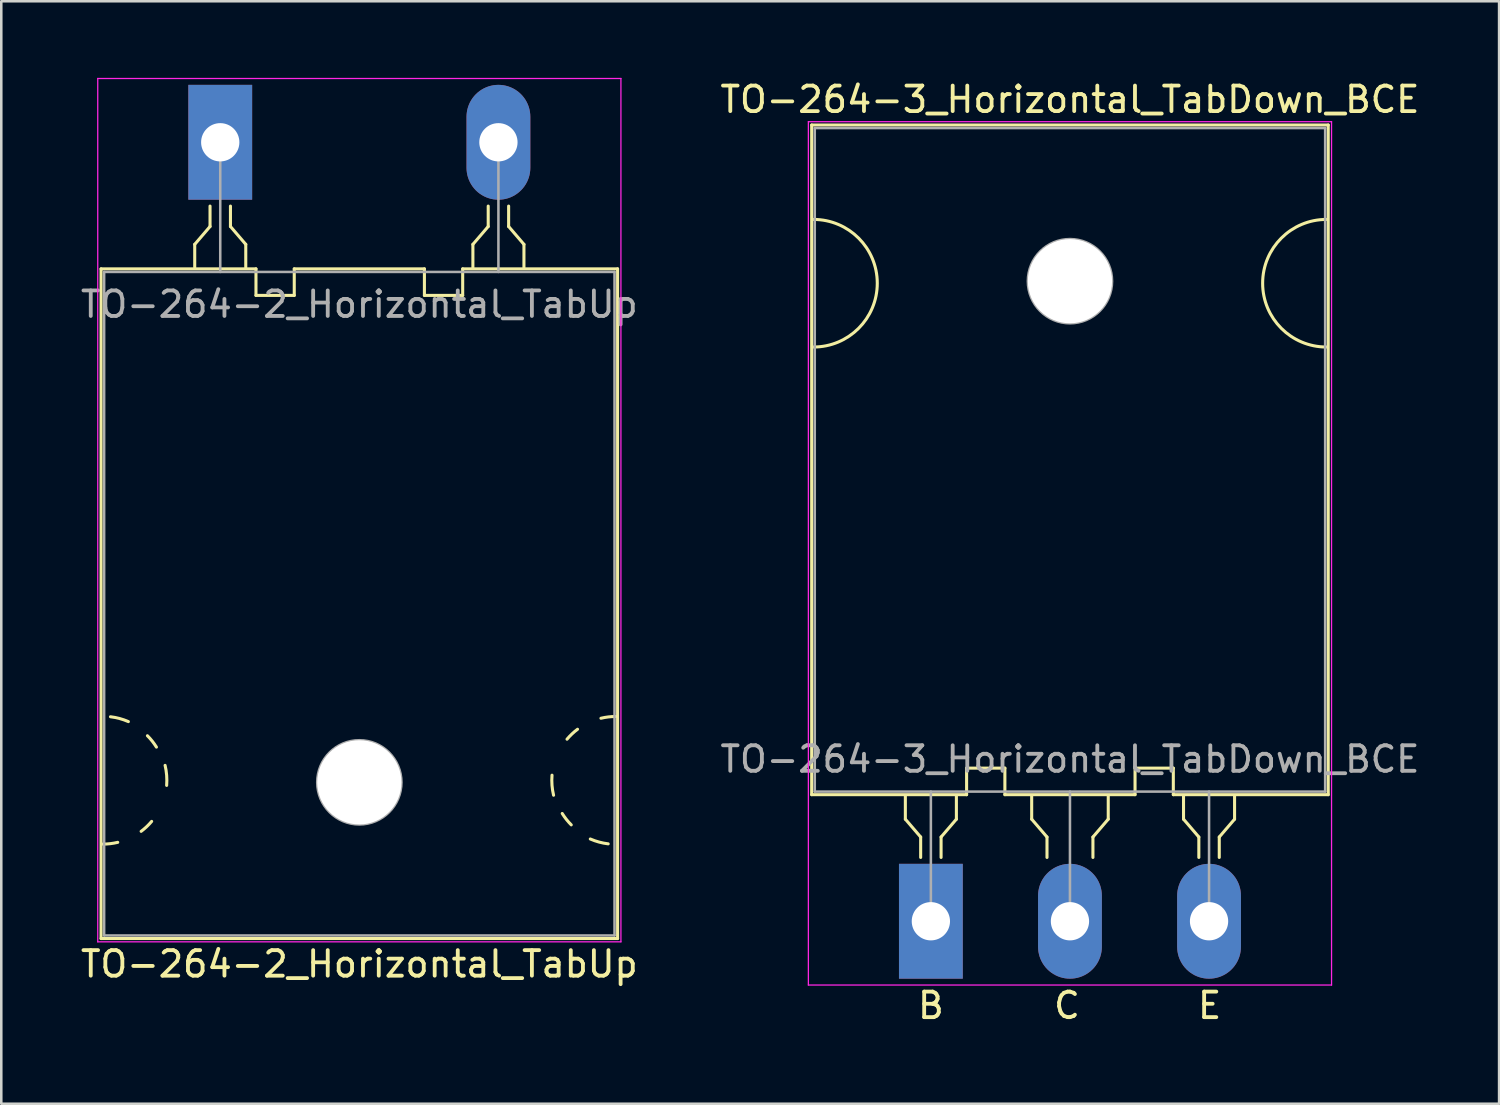
<source format=kicad_pcb>
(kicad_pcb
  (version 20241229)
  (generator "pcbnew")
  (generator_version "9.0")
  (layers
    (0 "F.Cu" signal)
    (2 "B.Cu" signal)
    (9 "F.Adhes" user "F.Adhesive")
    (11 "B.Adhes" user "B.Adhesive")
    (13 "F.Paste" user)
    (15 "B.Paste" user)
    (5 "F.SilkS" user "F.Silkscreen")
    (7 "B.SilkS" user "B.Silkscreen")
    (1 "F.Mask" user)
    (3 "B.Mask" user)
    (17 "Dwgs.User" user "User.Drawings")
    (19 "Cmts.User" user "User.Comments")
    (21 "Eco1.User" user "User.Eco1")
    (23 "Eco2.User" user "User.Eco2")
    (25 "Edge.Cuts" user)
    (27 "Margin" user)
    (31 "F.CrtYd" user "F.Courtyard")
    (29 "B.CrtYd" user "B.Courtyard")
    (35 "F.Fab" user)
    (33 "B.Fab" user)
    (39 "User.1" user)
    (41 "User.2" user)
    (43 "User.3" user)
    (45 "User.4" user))
  (footprint "TO-264-3_Horizontal_TabDown_BCE"
    (layer "F.Cu")
    (at 33.425 33.048)
    (property "Reference" "TO-264-3_Horizontal_TabDown_BCE" (at 5.45 -32.2 0) (layer "F.SilkS") (effects (font (size 1 1) (thickness 0.15))))
    (fp_line (start -4.67 -31.2) (end -4.67 -4.96) (stroke (width 0.12) (type solid)) (layer "F.SilkS"))
    (fp_line (start -4.67 -31.2) (end 15.57 -31.2) (stroke (width 0.12) (type solid)) (layer "F.SilkS"))
    (fp_line (start -4.67 -4.96) (end 1.4 -4.96) (stroke (width 0.12) (type solid)) (layer "F.SilkS"))
    (fp_line (start -1 -4.9) (end -1 -4) (stroke (width 0.12) (type solid)) (layer "F.SilkS"))
    (fp_line (start -1 -4) (end -0.4 -3.3) (stroke (width 0.12) (type solid)) (layer "F.SilkS"))
    (fp_line (start -0.4 -3.3) (end -0.4 -2.5) (stroke (width 0.12) (type solid)) (layer "F.SilkS"))
    (fp_line (start 0.4 -3.3) (end 1 -4) (stroke (width 0.12) (type solid)) (layer "F.SilkS"))
    (fp_line (start 0.4 -2.5) (end 0.4 -3.3) (stroke (width 0.12) (type solid)) (layer "F.SilkS"))
    (fp_line (start 1 -4) (end 1 -4.9) (stroke (width 0.12) (type solid)) (layer "F.SilkS"))
    (fp_line (start 1.4 -6) (end 2.9 -6) (stroke (width 0.12) (type solid)) (layer "F.SilkS"))
    (fp_line (start 1.4 -4.96) (end 1.4 -6) (stroke (width 0.12) (type solid)) (layer "F.SilkS"))
    (fp_line (start 2.9 -6) (end 2.9 -4.96) (stroke (width 0.12) (type solid)) (layer "F.SilkS"))
    (fp_line (start 2.9 -4.96) (end 8 -4.96) (stroke (width 0.12) (type solid)) (layer "F.SilkS"))
    (fp_line (start 3.95 -4.9) (end 3.95 -4) (stroke (width 0.12) (type solid)) (layer "F.SilkS"))
    (fp_line (start 3.95 -4) (end 4.55 -3.3) (stroke (width 0.12) (type solid)) (layer "F.SilkS"))
    (fp_line (start 4.55 -3.3) (end 4.55 -2.5) (stroke (width 0.12) (type solid)) (layer "F.SilkS"))
    (fp_line (start 6.35 -3.3) (end 6.95 -4) (stroke (width 0.12) (type solid)) (layer "F.SilkS"))
    (fp_line (start 6.35 -2.5) (end 6.35 -3.3) (stroke (width 0.12) (type solid)) (layer "F.SilkS"))
    (fp_line (start 6.95 -4) (end 6.95 -4.9) (stroke (width 0.12) (type solid)) (layer "F.SilkS"))
    (fp_line (start 8 -6) (end 8 -4.96) (stroke (width 0.12) (type solid)) (layer "F.SilkS"))
    (fp_line (start 9.5 -6) (end 8 -6) (stroke (width 0.12) (type solid)) (layer "F.SilkS"))
    (fp_line (start 9.5 -4.96) (end 9.5 -6) (stroke (width 0.12) (type solid)) (layer "F.SilkS"))
    (fp_line (start 9.5 -4.96) (end 15.57 -4.96) (stroke (width 0.12) (type solid)) (layer "F.SilkS"))
    (fp_line (start 9.9 -4.9) (end 9.9 -4) (stroke (width 0.12) (type solid)) (layer "F.SilkS"))
    (fp_line (start 9.9 -4) (end 10.5 -3.3) (stroke (width 0.12) (type solid)) (layer "F.SilkS"))
    (fp_line (start 10.5 -3.3) (end 10.5 -2.5) (stroke (width 0.12) (type solid)) (layer "F.SilkS"))
    (fp_line (start 11.3 -3.3) (end 11.9 -4) (stroke (width 0.12) (type solid)) (layer "F.SilkS"))
    (fp_line (start 11.3 -2.5) (end 11.3 -3.3) (stroke (width 0.12) (type solid)) (layer "F.SilkS"))
    (fp_line (start 11.9 -4) (end 11.9 -4.9) (stroke (width 0.12) (type solid)) (layer "F.SilkS"))
    (fp_line (start 15.57 -31.2) (end 15.57 -4.96) (stroke (width 0.12) (type solid)) (layer "F.SilkS"))
    (fp_arc (start -4.6 -27.5) (mid -2.1 -25) (end -4.6 -22.5) (stroke (width 0.12) (type solid)) (layer "F.SilkS"))
    (fp_arc (start 15.5 -22.5) (mid 13 -25) (end 15.5 -27.5) (stroke (width 0.12) (type solid)) (layer "F.SilkS"))
    (fp_line (start -4.8 -31.33) (end -4.8 2.5) (stroke (width 0.05) (type solid)) (layer "F.CrtYd"))
    (fp_line (start -4.8 2.5) (end 15.7 2.5) (stroke (width 0.05) (type solid)) (layer "F.CrtYd"))
    (fp_line (start 15.7 -31.33) (end -4.8 -31.33) (stroke (width 0.05) (type solid)) (layer "F.CrtYd"))
    (fp_line (start 15.7 2.5) (end 15.7 -31.33) (stroke (width 0.05) (type solid)) (layer "F.CrtYd"))
    (fp_line (start -4.55 -31.08) (end 15.45 -31.08) (stroke (width 0.1) (type solid)) (layer "F.Fab"))
    (fp_line (start -4.55 -5.08) (end -4.55 -31.08) (stroke (width 0.1) (type solid)) (layer "F.Fab"))
    (fp_line (start 0 -5.08) (end 0 0) (stroke (width 0.1) (type solid)) (layer "F.Fab"))
    (fp_line (start 5.45 -5.08) (end 5.45 0) (stroke (width 0.1) (type solid)) (layer "F.Fab"))
    (fp_line (start 10.9 -5.08) (end 10.9 0) (stroke (width 0.1) (type solid)) (layer "F.Fab"))
    (fp_line (start 15.45 -31.08) (end 15.45 -5.08) (stroke (width 0.1) (type solid)) (layer "F.Fab"))
    (fp_line (start 15.45 -5.08) (end -4.55 -5.08) (stroke (width 0.1) (type solid)) (layer "F.Fab"))
    (fp_circle (center 5.45 -25.08) (end 7.1 -25.08) (stroke (width 0.1) (type solid)) (fill no) (layer "F.Fab"))
    (fp_text user "E" (at 10.922 3.302 0) (unlocked yes) (layer "F.SilkS") (effects (font (size 1 1) (thickness 0.15))))
    (fp_text user "C" (at 5.334 3.302 0) (unlocked yes) (layer "F.SilkS") (effects (font (size 1 1) (thickness 0.15))))
    (fp_text user "B" (at 0 3.302 0) (unlocked yes) (layer "F.SilkS") (effects (font (size 1 1) (thickness 0.15))))
    (fp_text user "${REFERENCE}" (at 5.45 -6.35 0) (layer "F.Fab") (effects (font (size 1 1) (thickness 0.15))))
    (pad "" np_thru_hole oval (at 5.45 -25.08) (size 3.3 3.3) (drill 3.3) (layers "*.Cu" "*.Mask"))
    (pad "1" thru_hole rect (at 0 0) (size 2.5 4.5) (drill 1.5) (layers "*.Cu" "*.Mask"))
    (pad "2" thru_hole oval (at 5.45 0) (size 2.5 4.5) (drill 1.5) (layers "*.Cu" "*.Mask"))
    (pad "3" thru_hole oval (at 10.9 0) (size 2.5 4.5) (drill 1.5) (layers "*.Cu" "*.Mask")))
  (footprint "TO-264-2_Horizontal_TabUp"
    (layer "F.Cu")
    (at 5.58 2.525)
    (property "Reference" "TO-264-2_Horizontal_TabUp" (at 5.45 32.2 0) (layer "F.SilkS") (effects (font (size 1 1) (thickness 0.15))))
    (attr through_hole)
    (fp_line (start -4.67 31.2) (end -4.67 4.96) (stroke (width 0.12) (type solid)) (layer "F.SilkS"))
    (fp_line (start -1 4) (end -1 4.9) (stroke (width 0.12) (type solid)) (layer "F.SilkS"))
    (fp_line (start -0.4 2.5) (end -0.4 3.3) (stroke (width 0.12) (type solid)) (layer "F.SilkS"))
    (fp_line (start -0.4 3.3) (end -1 4) (stroke (width 0.12) (type solid)) (layer "F.SilkS"))
    (fp_line (start 0.4 3.3) (end 0.4 2.5) (stroke (width 0.12) (type solid)) (layer "F.SilkS"))
    (fp_line (start 1 4) (end 0.4 3.3) (stroke (width 0.12) (type solid)) (layer "F.SilkS"))
    (fp_line (start 1 4.9) (end 1 4) (stroke (width 0.12) (type solid)) (layer "F.SilkS"))
    (fp_line (start 1.4 4.96) (end -4.67 4.96) (stroke (width 0.12) (type solid)) (layer "F.SilkS"))
    (fp_line (start 1.4 4.96) (end 1.4 6) (stroke (width 0.12) (type solid)) (layer "F.SilkS"))
    (fp_line (start 1.4 6) (end 2.9 6) (stroke (width 0.12) (type solid)) (layer "F.SilkS"))
    (fp_line (start 2.9 6) (end 2.9 4.96) (stroke (width 0.12) (type solid)) (layer "F.SilkS"))
    (fp_line (start 8 4.96) (end 2.9 4.96) (stroke (width 0.12) (type solid)) (layer "F.SilkS"))
    (fp_line (start 8 6) (end 8 4.96) (stroke (width 0.12) (type solid)) (layer "F.SilkS"))
    (fp_line (start 9.5 4.96) (end 9.5 6) (stroke (width 0.12) (type solid)) (layer "F.SilkS"))
    (fp_line (start 9.5 6) (end 8 6) (stroke (width 0.12) (type solid)) (layer "F.SilkS"))
    (fp_line (start 9.9 4) (end 9.9 4.9) (stroke (width 0.12) (type solid)) (layer "F.SilkS"))
    (fp_line (start 10.5 2.5) (end 10.5 3.3) (stroke (width 0.12) (type solid)) (layer "F.SilkS"))
    (fp_line (start 10.5 3.3) (end 9.9 4) (stroke (width 0.12) (type solid)) (layer "F.SilkS"))
    (fp_line (start 11.3 3.3) (end 11.3 2.5) (stroke (width 0.12) (type solid)) (layer "F.SilkS"))
    (fp_line (start 11.9 4) (end 11.3 3.3) (stroke (width 0.12) (type solid)) (layer "F.SilkS"))
    (fp_line (start 11.9 4.9) (end 11.9 4) (stroke (width 0.12) (type solid)) (layer "F.SilkS"))
    (fp_line (start 15.57 4.96) (end 9.5 4.96) (stroke (width 0.12) (type solid)) (layer "F.SilkS"))
    (fp_line (start 15.57 31.2) (end -4.67 31.2) (stroke (width 0.12) (type solid)) (layer "F.SilkS"))
    (fp_line (start 15.57 31.2) (end 15.57 4.96) (stroke (width 0.12) (type solid)) (layer "F.SilkS"))
    (fp_arc (start -4.301186 22.509879) (mid -3.943673 22.579416) (end -3.600001 22.700001) (stroke (width 0.12) (type solid)) (layer "F.SilkS"))
    (fp_arc (start -4.016568 27.430968) (mid -4.306249 27.482682) (end -4.6 27.5) (stroke (width 0.12) (type solid)) (layer "F.SilkS"))
    (fp_arc (start -2.853576 23.253576) (mid -2.663879 23.466564) (end -2.500001 23.700001) (stroke (width 0.12) (type solid)) (layer "F.SilkS"))
    (fp_arc (start -2.687722 26.610338) (mid -2.882773 26.8169) (end -3.1 26.999999) (stroke (width 0.12) (type solid)) (layer "F.SilkS"))
    (fp_arc (start -2.161266 24.414703) (mid -2.099611 24.804931) (end -2.100001 25.199999) (stroke (width 0.12) (type solid)) (layer "F.SilkS"))
    (fp_arc (start 13.061266 25.585297) (mid 12.999611 25.195069) (end 13.000001 24.800001) (stroke (width 0.12) (type solid)) (layer "F.SilkS"))
    (fp_arc (start 13.587722 23.389662) (mid 13.782773 23.1831) (end 14 23.000001) (stroke (width 0.12) (type solid)) (layer "F.SilkS"))
    (fp_arc (start 13.753576 26.746424) (mid 13.563879 26.533436) (end 13.400001 26.299999) (stroke (width 0.12) (type solid)) (layer "F.SilkS"))
    (fp_arc (start 14.916568 22.569032) (mid 15.206249 22.517318) (end 15.5 22.5) (stroke (width 0.12) (type solid)) (layer "F.SilkS"))
    (fp_arc (start 15.201186 27.490121) (mid 14.843673 27.420584) (end 14.500001 27.299999) (stroke (width 0.12) (type solid)) (layer "F.SilkS"))
    (fp_line (start -4.8 -2.5) (end -4.8 31.33) (stroke (width 0.05) (type solid)) (layer "F.CrtYd"))
    (fp_line (start -4.8 31.33) (end 15.7 31.33) (stroke (width 0.05) (type solid)) (layer "F.CrtYd"))
    (fp_line (start 15.7 -2.5) (end -4.8 -2.5) (stroke (width 0.05) (type solid)) (layer "F.CrtYd"))
    (fp_line (start 15.7 31.33) (end 15.7 -2.5) (stroke (width 0.05) (type solid)) (layer "F.CrtYd"))
    (fp_line (start -4.55 5.08) (end -4.55 31.08) (stroke (width 0.1) (type solid)) (layer "F.Fab"))
    (fp_line (start -4.55 31.08) (end 15.45 31.08) (stroke (width 0.1) (type solid)) (layer "F.Fab"))
    (fp_line (start 0 5.08) (end 0 0) (stroke (width 0.1) (type solid)) (layer "F.Fab"))
    (fp_line (start 10.9 5.08) (end 10.9 0) (stroke (width 0.1) (type solid)) (layer "F.Fab"))
    (fp_line (start 15.45 5.08) (end -4.55 5.08) (stroke (width 0.1) (type solid)) (layer "F.Fab"))
    (fp_line (start 15.45 31.08) (end 15.45 5.08) (stroke (width 0.1) (type solid)) (layer "F.Fab"))
    (fp_circle (center 5.45 25.08) (end 7.1 25.08) (stroke (width 0.1) (type solid)) (fill no) (layer "F.Fab"))
    (fp_text user "${REFERENCE}" (at 5.45 6.35 0) (layer "F.Fab") (effects (font (size 1 1) (thickness 0.15))))
    (pad "" np_thru_hole oval (at 5.45 25.08) (size 3.3 3.3) (drill 3.3) (layers "*.Cu" "*.Mask"))
    (pad "1" thru_hole rect (at 0 0) (size 2.5 4.5) (drill 1.5) (layers "*.Cu" "*.Mask"))
    (pad "2" thru_hole oval (at 10.9 0) (size 2.5 4.5) (drill 1.5) (layers "*.Cu" "*.Mask")))
  (gr_rect
    (start -3 -3)
    (end 55.69 40.199)
    (stroke (width 0.1) (type default))
    (fill no)
    (layer "Edge.Cuts")))
</source>
